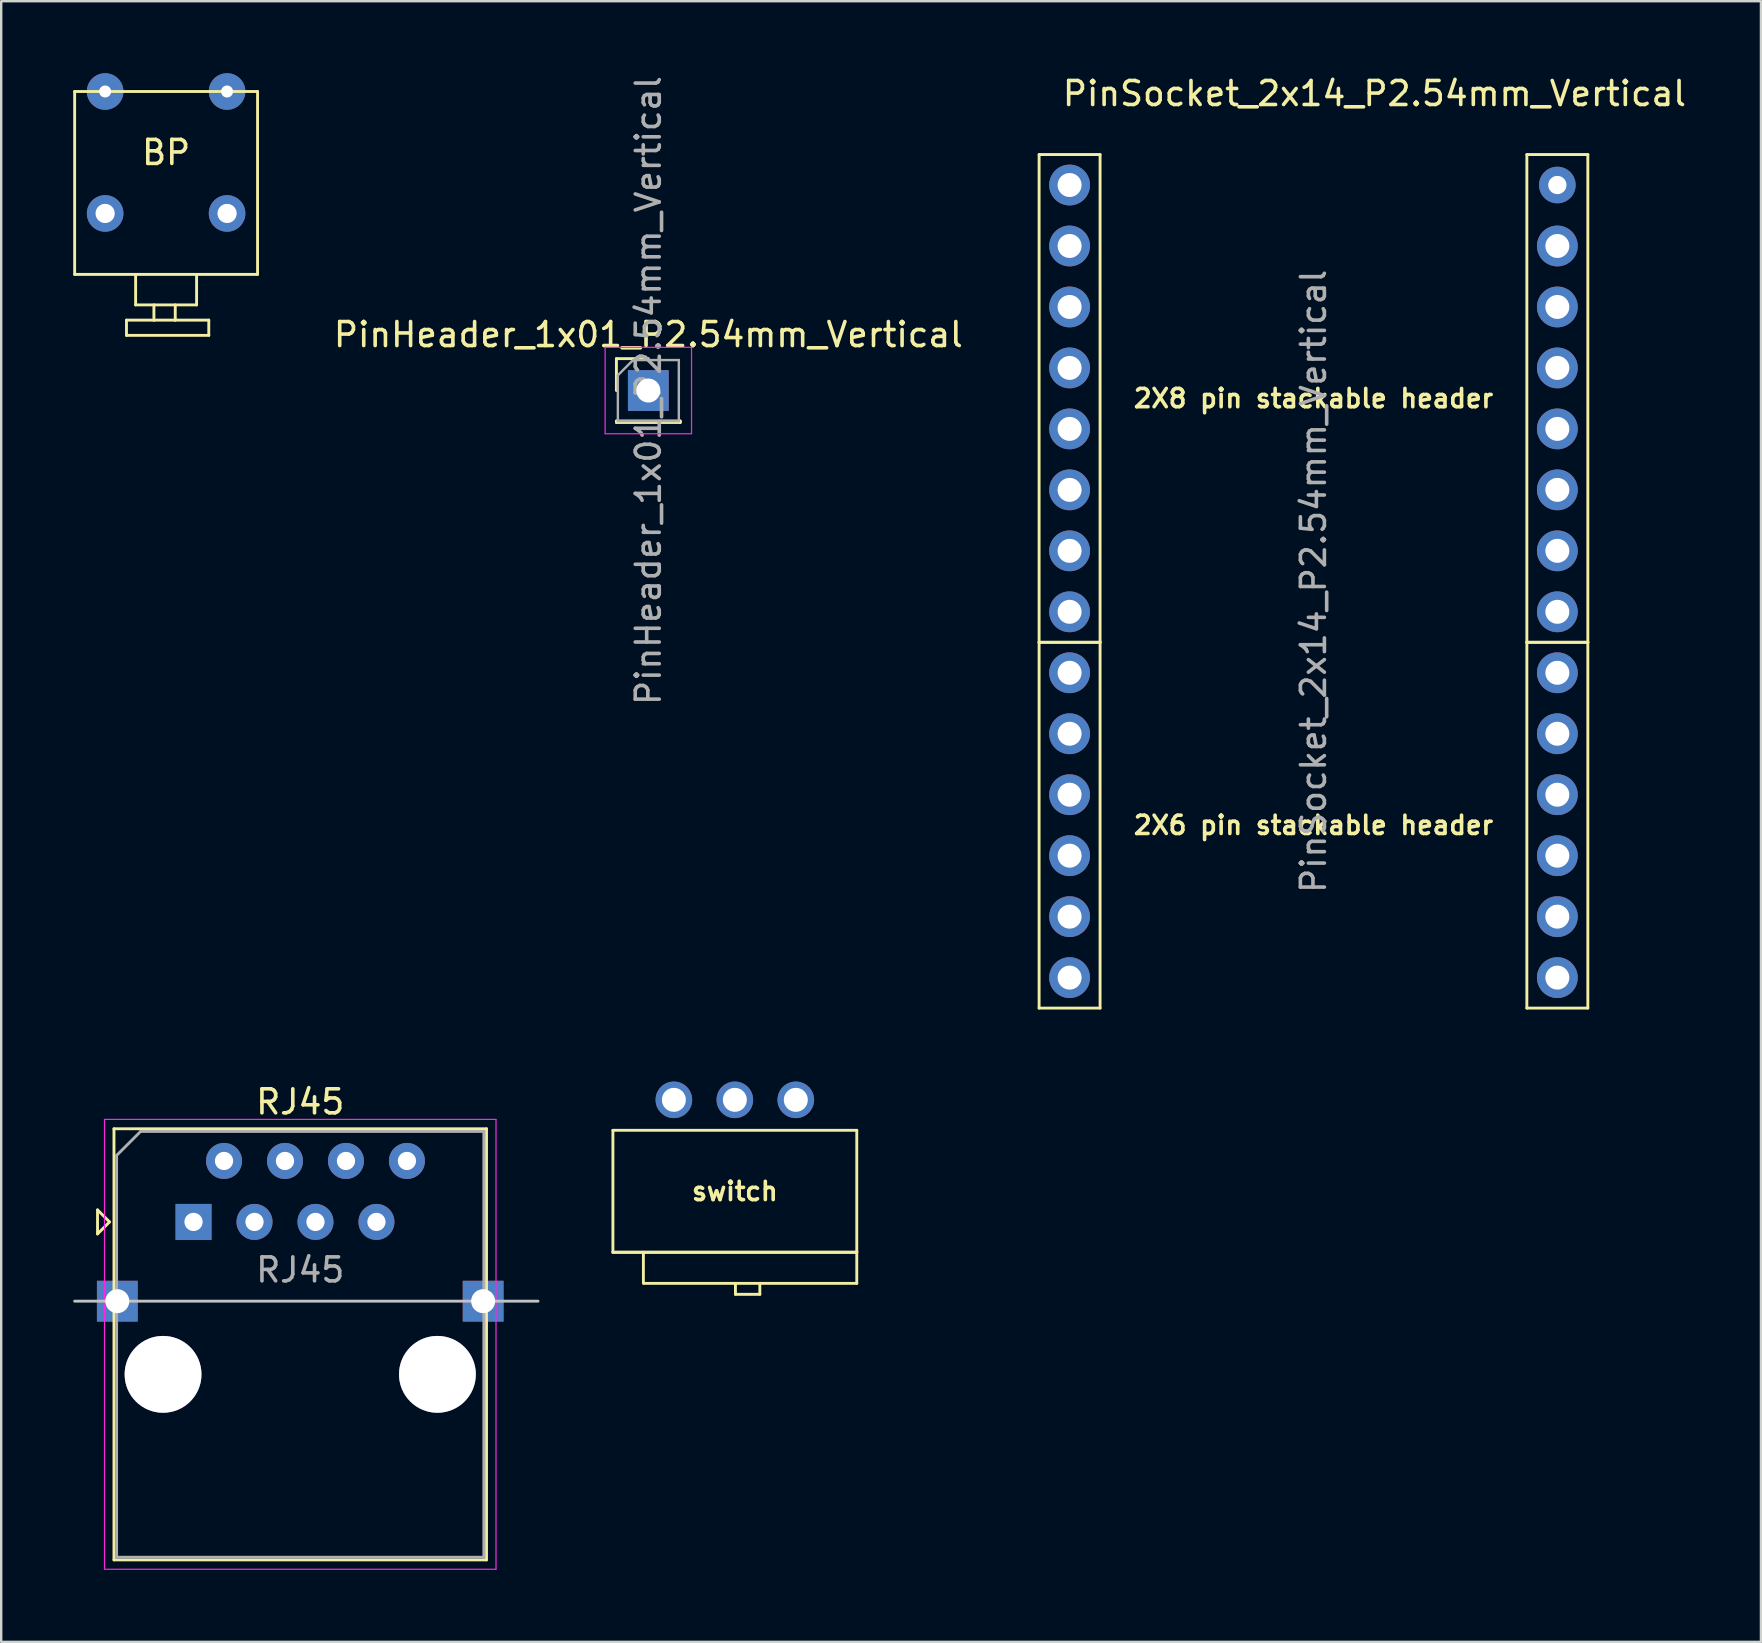
<source format=kicad_pcb>
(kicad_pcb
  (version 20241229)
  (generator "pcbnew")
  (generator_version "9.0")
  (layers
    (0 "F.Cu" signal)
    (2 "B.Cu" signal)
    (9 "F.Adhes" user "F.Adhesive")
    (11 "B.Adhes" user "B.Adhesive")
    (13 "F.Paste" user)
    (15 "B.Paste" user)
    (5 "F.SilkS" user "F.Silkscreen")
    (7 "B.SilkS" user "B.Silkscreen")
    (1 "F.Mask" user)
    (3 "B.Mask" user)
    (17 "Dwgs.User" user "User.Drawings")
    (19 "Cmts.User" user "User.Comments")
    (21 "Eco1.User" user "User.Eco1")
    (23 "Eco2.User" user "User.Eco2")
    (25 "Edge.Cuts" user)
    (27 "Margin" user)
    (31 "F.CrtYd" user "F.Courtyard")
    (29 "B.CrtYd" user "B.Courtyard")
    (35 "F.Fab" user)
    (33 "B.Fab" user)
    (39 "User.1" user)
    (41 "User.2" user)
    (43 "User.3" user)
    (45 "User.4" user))
  (footprint "PinSocket_2x14_P2.54mm_Vertical"
    (layer "F.Cu")
    (at 51.67 21.168)
    (property "Reference" "PinSocket_2x14_P2.54mm_Vertical" (at 2.54 -20.32 0) (layer "F.SilkS") (effects (font (size 1 1) (thickness 0.15))))
    (attr through_hole)
    (fp_line (start -11.43 -17.78) (end -8.89 -17.78) (stroke (width 0.12) (type solid)) (layer "F.SilkS"))
    (fp_line (start -11.43 2.54) (end -11.43 -17.78) (stroke (width 0.12) (type solid)) (layer "F.SilkS"))
    (fp_line (start -11.43 2.54) (end -8.89 2.54) (stroke (width 0.12) (type solid)) (layer "F.SilkS"))
    (fp_line (start -11.43 17.78) (end -11.43 2.54) (stroke (width 0.12) (type solid)) (layer "F.SilkS"))
    (fp_line (start -8.89 -17.78) (end -8.89 2.54) (stroke (width 0.12) (type solid)) (layer "F.SilkS"))
    (fp_line (start -8.89 2.54) (end -11.43 2.54) (stroke (width 0.12) (type solid)) (layer "F.SilkS"))
    (fp_line (start -8.89 2.54) (end -8.89 17.78) (stroke (width 0.12) (type solid)) (layer "F.SilkS"))
    (fp_line (start -8.89 17.78) (end -11.43 17.78) (stroke (width 0.12) (type solid)) (layer "F.SilkS"))
    (fp_line (start 8.89 -17.78) (end 11.43 -17.78) (stroke (width 0.12) (type solid)) (layer "F.SilkS"))
    (fp_line (start 8.89 2.54) (end 8.89 -17.78) (stroke (width 0.12) (type solid)) (layer "F.SilkS"))
    (fp_line (start 8.89 2.54) (end 11.43 2.54) (stroke (width 0.12) (type solid)) (layer "F.SilkS"))
    (fp_line (start 8.89 17.78) (end 8.89 2.54) (stroke (width 0.12) (type solid)) (layer "F.SilkS"))
    (fp_line (start 11.43 -17.78) (end 11.43 2.54) (stroke (width 0.12) (type solid)) (layer "F.SilkS"))
    (fp_line (start 11.43 2.54) (end 8.89 2.54) (stroke (width 0.12) (type solid)) (layer "F.SilkS"))
    (fp_line (start 11.43 2.54) (end 11.43 17.78) (stroke (width 0.12) (type solid)) (layer "F.SilkS"))
    (fp_line (start 11.43 17.78) (end 8.89 17.78) (stroke (width 0.12) (type solid)) (layer "F.SilkS"))
    (fp_text user "2X6 pin stackable header" (at 0 10.16 0) (layer "F.SilkS") (effects (font (size 0.762 0.762) (thickness 0.15))))
    (fp_text user "2X8 pin stackable header" (at 0 -7.62 0) (layer "F.SilkS") (effects (font (size 0.762 0.762) (thickness 0.15))))
    (fp_text user "${REFERENCE}" (at 0 0 90) (layer "F.Fab") (effects (font (size 1 1) (thickness 0.15))))
    (pad "+3V3" thru_hole oval (at 10.16 -11.43) (size 1.7 1.7) (drill 1) (layers "*.Cu" "*.Mask"))
    (pad "+5V" thru_hole circle (at 10.16 -16.51) (size 1.524 1.524) (drill 0.762) (layers "*.Cu" "*.Mask"))
    (pad "A0" thru_hole oval (at -10.16 -13.97) (size 1.7 1.7) (drill 1) (layers "*.Cu" "*.Mask"))
    (pad "A1" thru_hole oval (at -10.16 -11.43) (size 1.7 1.7) (drill 1) (layers "*.Cu" "*.Mask"))
    (pad "A2" thru_hole oval (at -10.16 -8.89) (size 1.7 1.7) (drill 1) (layers "*.Cu" "*.Mask"))
    (pad "A3" thru_hole oval (at -10.16 -6.35) (size 1.7 1.7) (drill 1) (layers "*.Cu" "*.Mask"))
    (pad "A4" thru_hole oval (at -10.16 -3.81) (size 1.7 1.7) (drill 1) (layers "*.Cu" "*.Mask"))
    (pad "A5" thru_hole oval (at -10.16 -1.27) (size 1.7 1.7) (drill 1) (layers "*.Cu" "*.Mask"))
    (pad "A6" thru_hole oval (at -10.16 1.27) (size 1.7 1.7) (drill 1) (layers "*.Cu" "*.Mask"))
    (pad "AREF" thru_hole oval (at -10.16 -16.51) (size 1.7 1.7) (drill 1) (layers "*.Cu" "*.Mask"))
    (pad "D0" thru_hole oval (at -10.16 3.81) (size 1.7 1.7) (drill 1) (layers "*.Cu" "*.Mask"))
    (pad "D1" thru_hole oval (at -10.16 6.35) (size 1.7 1.7) (drill 1) (layers "*.Cu" "*.Mask"))
    (pad "D2" thru_hole oval (at -10.16 8.89) (size 1.7 1.7) (drill 1) (layers "*.Cu" "*.Mask"))
    (pad "D3" thru_hole oval (at -10.16 11.43) (size 1.7 1.7) (drill 1) (layers "*.Cu" "*.Mask"))
    (pad "D4" thru_hole oval (at -10.16 13.97) (size 1.7 1.7) (drill 1) (layers "*.Cu" "*.Mask"))
    (pad "D5" thru_hole oval (at -10.16 16.51) (size 1.7 1.7) (drill 1) (layers "*.Cu" "*.Mask"))
    (pad "D6" thru_hole oval (at 10.16 16.51) (size 1.7 1.7) (drill 1) (layers "*.Cu" "*.Mask"))
    (pad "D7" thru_hole oval (at 10.16 13.97) (size 1.7 1.7) (drill 1) (layers "*.Cu" "*.Mask"))
    (pad "GND" thru_hole oval (at 10.16 -8.89) (size 1.7 1.7) (drill 1) (layers "*.Cu" "*.Mask"))
    (pad "MISO" thru_hole oval (at 10.16 6.35) (size 1.7 1.7) (drill 1) (layers "*.Cu" "*.Mask"))
    (pad "MOSI" thru_hole oval (at 10.16 11.43) (size 1.7 1.7) (drill 1) (layers "*.Cu" "*.Mask"))
    (pad "RESET" thru_hole oval (at 10.16 -6.35) (size 1.7 1.7) (drill 1) (layers "*.Cu" "*.Mask"))
    (pad "RX" thru_hole oval (at 10.16 -1.27) (size 1.7 1.7) (drill 1) (layers "*.Cu" "*.Mask"))
    (pad "SCK" thru_hole oval (at 10.16 8.89) (size 1.7 1.7) (drill 1) (layers "*.Cu" "*.Mask"))
    (pad "SCL" thru_hole oval (at 10.16 1.27) (size 1.7 1.7) (drill 1) (layers "*.Cu" "*.Mask"))
    (pad "SDA" thru_hole oval (at 10.16 3.81) (size 1.7 1.7) (drill 1) (layers "*.Cu" "*.Mask"))
    (pad "TX" thru_hole oval (at 10.16 -3.81) (size 1.7 1.7) (drill 1) (layers "*.Cu" "*.Mask"))
    (pad "VIN" thru_hole oval (at 10.16 -13.97) (size 1.7 1.7) (drill 1) (layers "*.Cu" "*.Mask")))
  (footprint "switch"
    (layer "F.Cu")
    (at 27.564 42.77)
    (property "Reference" "switch" (at 0 3.81 0) (layer "F.SilkS") (effects (font (size 0.762 0.762) (thickness 0.15))))
    (attr through_hole)
    (fp_line (start -5.08 1.27) (end 5.08 1.27) (stroke (width 0.12) (type solid)) (layer "F.SilkS"))
    (fp_line (start -5.08 6.35) (end -5.08 1.27) (stroke (width 0.12) (type solid)) (layer "F.SilkS"))
    (fp_line (start -5.08 6.35) (end 5.08 6.35) (stroke (width 0.12) (type solid)) (layer "F.SilkS"))
    (fp_line (start -3.81 7.645) (end -3.81 6.35) (stroke (width 0.12) (type solid)) (layer "F.SilkS"))
    (fp_line (start 0.025 7.645) (end 0.025 8.103) (stroke (width 0.12) (type solid)) (layer "F.SilkS"))
    (fp_line (start 0.025 8.103) (end 1.041 8.103) (stroke (width 0.12) (type solid)) (layer "F.SilkS"))
    (fp_line (start 1.041 8.103) (end 1.041 7.696) (stroke (width 0.12) (type solid)) (layer "F.SilkS"))
    (fp_line (start 5.08 1.27) (end 5.08 6.35) (stroke (width 0.12) (type solid)) (layer "F.SilkS"))
    (fp_line (start 5.08 6.325) (end 5.08 7.645) (stroke (width 0.12) (type solid)) (layer "F.SilkS"))
    (fp_line (start 5.08 6.35) (end -5.08 6.35) (stroke (width 0.12) (type solid)) (layer "F.SilkS"))
    (fp_line (start 5.08 7.645) (end -3.785 7.645) (stroke (width 0.12) (type solid)) (layer "F.SilkS"))
    (pad "1" thru_hole circle (at 0 0) (size 1.524 1.524) (drill 1) (layers "*.Cu" "*.Mask"))
    (pad "2" thru_hole circle (at 2.54 0) (size 1.524 1.524) (drill 1) (layers "*.Cu" "*.Mask"))
    (pad "3" thru_hole circle (at -2.54 0) (size 1.524 1.524) (drill 1) (layers "*.Cu" "*.Mask")))
  (footprint "PinHeader_1x01_P2.54mm_Vertical"
    (layer "F.Cu")
    (at 23.96 13.22)
    (property "Reference" "PinHeader_1x01_P2.54mm_Vertical" (at 0 -2.33 0) (layer "F.SilkS") (effects (font (size 1 1) (thickness 0.15))))
    (attr through_hole)
    (fp_line (start -1.33 -1.33) (end 0 -1.33) (stroke (width 0.12) (type solid)) (layer "F.SilkS"))
    (fp_line (start -1.33 0) (end -1.33 -1.33) (stroke (width 0.12) (type solid)) (layer "F.SilkS"))
    (fp_line (start -1.33 1.27) (end -1.33 1.33) (stroke (width 0.12) (type solid)) (layer "F.SilkS"))
    (fp_line (start -1.33 1.27) (end 1.33 1.27) (stroke (width 0.12) (type solid)) (layer "F.SilkS"))
    (fp_line (start -1.33 1.33) (end 1.33 1.33) (stroke (width 0.12) (type solid)) (layer "F.SilkS"))
    (fp_line (start 1.33 1.27) (end 1.33 1.33) (stroke (width 0.12) (type solid)) (layer "F.SilkS"))
    (fp_line (start -1.8 -1.8) (end -1.8 1.8) (stroke (width 0.05) (type solid)) (layer "F.CrtYd"))
    (fp_line (start -1.8 1.8) (end 1.8 1.8) (stroke (width 0.05) (type solid)) (layer "F.CrtYd"))
    (fp_line (start 1.8 -1.8) (end -1.8 -1.8) (stroke (width 0.05) (type solid)) (layer "F.CrtYd"))
    (fp_line (start 1.8 1.8) (end 1.8 -1.8) (stroke (width 0.05) (type solid)) (layer "F.CrtYd"))
    (fp_line (start -1.27 -0.635) (end -0.635 -1.27) (stroke (width 0.1) (type solid)) (layer "F.Fab"))
    (fp_line (start -1.27 1.27) (end -1.27 -0.635) (stroke (width 0.1) (type solid)) (layer "F.Fab"))
    (fp_line (start -0.635 -1.27) (end 1.27 -1.27) (stroke (width 0.1) (type solid)) (layer "F.Fab"))
    (fp_line (start 1.27 -1.27) (end 1.27 1.27) (stroke (width 0.1) (type solid)) (layer "F.Fab"))
    (fp_line (start 1.27 1.27) (end -1.27 1.27) (stroke (width 0.1) (type solid)) (layer "F.Fab"))
    (fp_text user "${REFERENCE}" (at 0 0 90) (layer "F.Fab") (effects (font (size 1 1) (thickness 0.15))))
    (pad "1" thru_hole rect (at 0 0) (size 1.7 1.7) (drill 1) (layers "*.Cu" "*.Mask")))
  (footprint "BP"
    (layer "F.Cu")
    (at 3.87 0.762)
    (property "Reference" "BP" (at 0 2.54 0) (layer "F.SilkS") (effects (font (size 1 1) (thickness 0.15))))
    (attr through_hole)
    (fp_line (start -3.81 0) (end 3.81 0) (stroke (width 0.12) (type solid)) (layer "F.SilkS"))
    (fp_line (start -3.81 7.62) (end -3.81 0) (stroke (width 0.12) (type solid)) (layer "F.SilkS"))
    (fp_line (start -1.651 9.525) (end -0.508 9.525) (stroke (width 0.12) (type solid)) (layer "F.SilkS"))
    (fp_line (start -1.651 10.16) (end -1.651 9.525) (stroke (width 0.12) (type solid)) (layer "F.SilkS"))
    (fp_line (start -1.27 7.62) (end -1.27 8.89) (stroke (width 0.12) (type solid)) (layer "F.SilkS"))
    (fp_line (start -1.27 8.89) (end 1.27 8.89) (stroke (width 0.12) (type solid)) (layer "F.SilkS"))
    (fp_line (start -0.508 8.89) (end -0.508 9.525) (stroke (width 0.12) (type solid)) (layer "F.SilkS"))
    (fp_line (start -0.508 9.525) (end 0.381 9.525) (stroke (width 0.12) (type solid)) (layer "F.SilkS"))
    (fp_line (start 0.381 9.525) (end 0.381 8.89) (stroke (width 0.12) (type solid)) (layer "F.SilkS"))
    (fp_line (start 0.381 9.525) (end 1.778 9.525) (stroke (width 0.12) (type solid)) (layer "F.SilkS"))
    (fp_line (start 1.27 8.89) (end 1.27 7.62) (stroke (width 0.12) (type solid)) (layer "F.SilkS"))
    (fp_line (start 1.778 9.525) (end 1.778 10.16) (stroke (width 0.12) (type solid)) (layer "F.SilkS"))
    (fp_line (start 1.778 10.16) (end -1.651 10.16) (stroke (width 0.12) (type solid)) (layer "F.SilkS"))
    (fp_line (start 3.81 0) (end 3.81 7.62) (stroke (width 0.12) (type solid)) (layer "F.SilkS"))
    (fp_line (start 3.81 7.62) (end -3.81 7.62) (stroke (width 0.12) (type solid)) (layer "F.SilkS"))
    (pad "1" thru_hole circle (at -2.54 0) (size 1.524 1.524) (drill 0.5) (layers "*.Cu" "*.Mask"))
    (pad "2" thru_hole circle (at 2.54 0) (size 1.524 1.524) (drill 0.5) (layers "*.Cu" "*.Mask"))
    (pad "3" thru_hole circle (at -2.54 5.08) (size 1.524 1.524) (drill 0.8) (layers "*.Cu" "*.Mask"))
    (pad "4" thru_hole circle (at 2.54 5.08) (size 1.524 1.524) (drill 0.8) (layers "*.Cu" "*.Mask")))
  (footprint "RJ45"
    (layer "F.Cu")
    (at 5.013 47.856)
    (property "Reference" "RJ45" (at 4.445 -5 0) (layer "F.SilkS") (effects (font (size 1 1) (thickness 0.15))))
    (attr through_hole)
    (fp_line (start -4 -0.5) (end -4 0.5) (stroke (width 0.12) (type solid)) (layer "F.SilkS"))
    (fp_line (start -4 0.5) (end -3.5 0) (stroke (width 0.12) (type solid)) (layer "F.SilkS"))
    (fp_line (start -3.5 0) (end -4 -0.5) (stroke (width 0.12) (type solid)) (layer "F.SilkS"))
    (fp_line (start -3.315 -3.88) (end -3.315 14.08) (stroke (width 0.12) (type solid)) (layer "F.SilkS"))
    (fp_line (start -3.315 14.08) (end 12.205 14.08) (stroke (width 0.12) (type solid)) (layer "F.SilkS"))
    (fp_line (start 12.205 -3.88) (end -3.315 -3.88) (stroke (width 0.12) (type solid)) (layer "F.SilkS"))
    (fp_line (start 12.205 -3.88) (end 12.205 14.08) (stroke (width 0.12) (type solid)) (layer "F.SilkS"))
    (fp_line (start -4.953 3.302) (end 14.351 3.302) (stroke (width 0.12) (type solid)) (layer "Dwgs.User"))
    (fp_line (start -3.71 -4.27) (end -3.71 14.47) (stroke (width 0.05) (type solid)) (layer "F.CrtYd"))
    (fp_line (start -3.71 -4.27) (end 12.6 -4.27) (stroke (width 0.05) (type solid)) (layer "F.CrtYd"))
    (fp_line (start 12.6 14.47) (end -3.71 14.47) (stroke (width 0.05) (type solid)) (layer "F.CrtYd"))
    (fp_line (start 12.6 14.47) (end 12.6 -4.27) (stroke (width 0.05) (type solid)) (layer "F.CrtYd"))
    (fp_line (start -3.205 -2.77) (end -2.205 -3.77) (stroke (width 0.12) (type solid)) (layer "F.Fab"))
    (fp_line (start -3.205 13.97) (end -3.205 -2.77) (stroke (width 0.12) (type solid)) (layer "F.Fab"))
    (fp_line (start -2.205 -3.77) (end 12.095 -3.77) (stroke (width 0.12) (type solid)) (layer "F.Fab"))
    (fp_line (start 12.095 -3.77) (end 12.095 13.97) (stroke (width 0.12) (type solid)) (layer "F.Fab"))
    (fp_line (start 12.095 13.97) (end -3.205 13.97) (stroke (width 0.12) (type solid)) (layer "F.Fab"))
    (fp_text user "${REFERENCE}" (at 4.445 2 0) (layer "F.Fab") (effects (font (size 1 1) (thickness 0.15))))
    (pad "" thru_hole circle (at -1.27 6.35) (size 3.2 3.2) (drill 3.2) (layers "*.Cu" "*.Mask"))
    (pad "" thru_hole circle (at 10.16 6.35) (size 3.2 3.2) (drill 3.2) (layers "*.Cu" "*.Mask"))
    (pad "1" thru_hole rect (at 0 0) (size 1.5 1.5) (drill 0.76) (layers "*.Cu" "*.Mask"))
    (pad "2" thru_hole circle (at 1.27 -2.54) (size 1.5 1.5) (drill 0.76) (layers "*.Cu" "*.Mask"))
    (pad "3" thru_hole circle (at 2.54 0) (size 1.5 1.5) (drill 0.76) (layers "*.Cu" "*.Mask"))
    (pad "4" thru_hole circle (at 3.81 -2.54) (size 1.5 1.5) (drill 0.76) (layers "*.Cu" "*.Mask"))
    (pad "5" thru_hole circle (at 5.08 0) (size 1.5 1.5) (drill 0.76) (layers "*.Cu" "*.Mask"))
    (pad "6" thru_hole circle (at 6.35 -2.54) (size 1.5 1.5) (drill 0.76) (layers "*.Cu" "*.Mask"))
    (pad "7" thru_hole circle (at 7.62 0) (size 1.5 1.5) (drill 0.76) (layers "*.Cu" "*.Mask"))
    (pad "8" thru_hole circle (at 8.89 -2.54) (size 1.5 1.5) (drill 0.76) (layers "*.Cu" "*.Mask"))
    (pad "9" thru_hole rect (at 12.065 3.302 270) (size 1.7 1.7) (drill 1) (layers "*.Cu" "*.Mask"))
    (pad "10" thru_hole rect (at -3.175 3.302 270) (size 1.7 1.7) (drill 1) (layers "*.Cu" "*.Mask")))
  (gr_rect
    (start -3 -3)
    (end 70.312 65.352)
    (stroke (width 0.1) (type default))
    (fill no)
    (layer "Edge.Cuts")))
</source>
